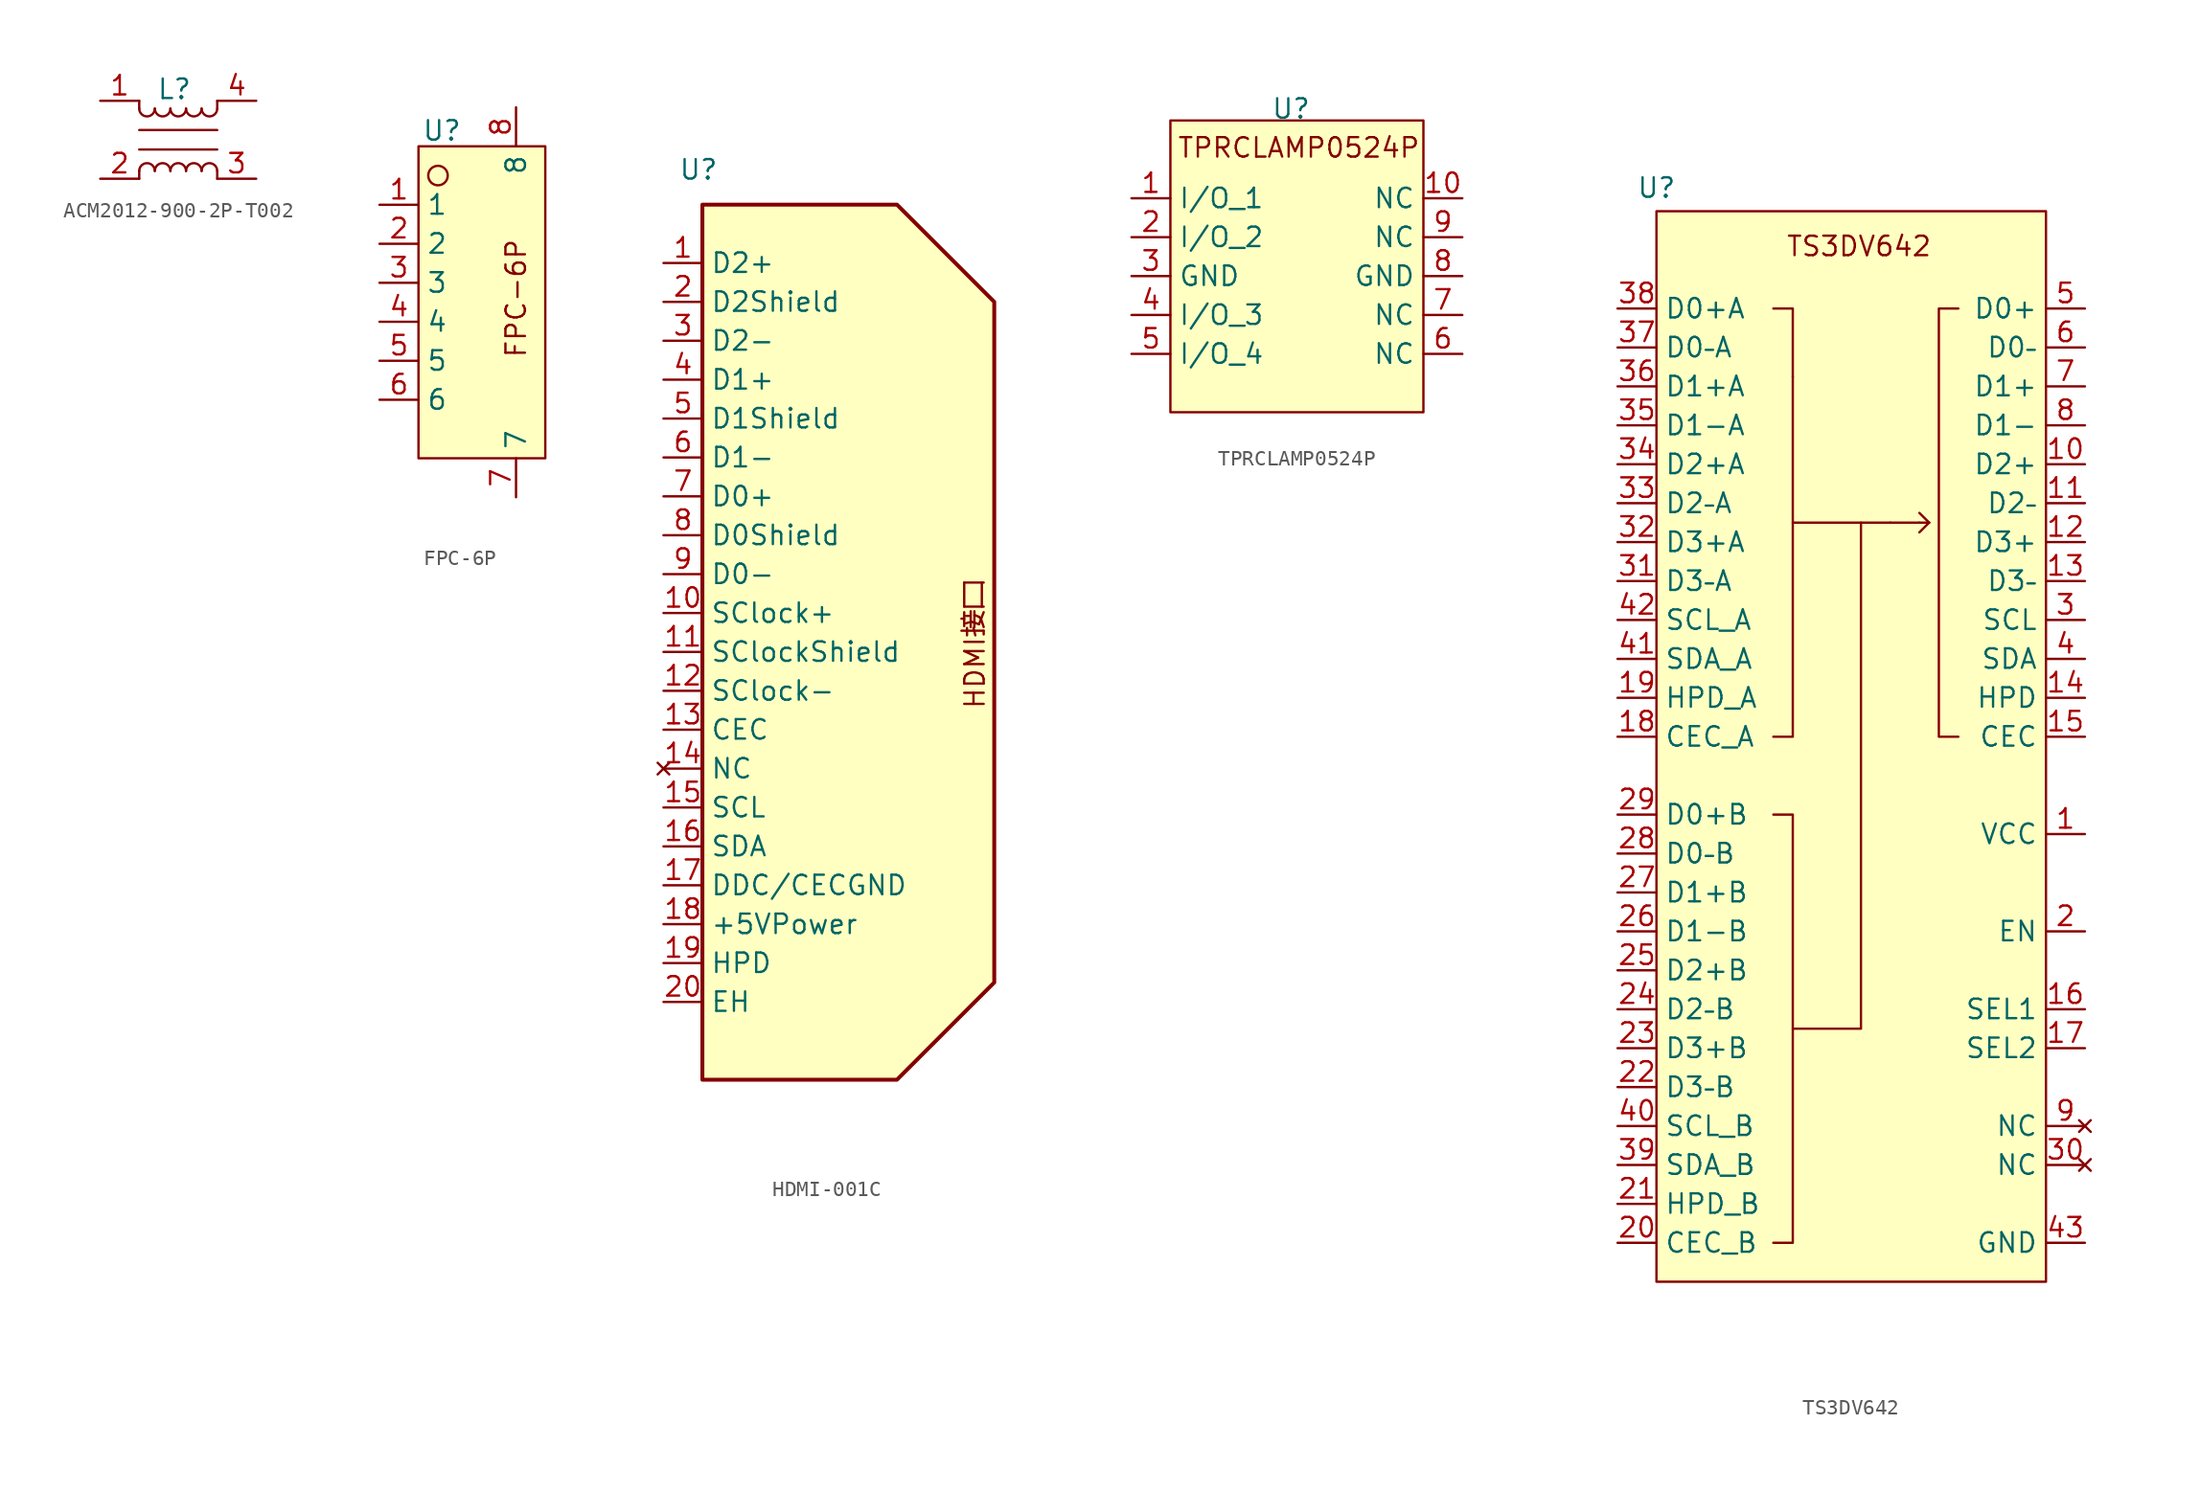
<source format=kicad_sym>
(kicad_symbol_lib
  (version 20231120)
  (generator "kicad_symbol_editor")
  (generator_version "8.0")
  (symbol "ACM2012-900-2P-T002"
    (property "Reference" "L"
      (at 2.286 0.762 0)
      (effects (font (size 1.27 1.27))))
    (property "Value" ""
      (at -1.27 1.27 0)
      (effects (font (size 1.27 1.27))))
    (symbol "ACM2012-900-2P-T002_0_1"
      (arc (start 0 -0.508) (mid 0.508 -1.0138) (end 1.016 -0.508) (stroke (width 0) (type default)) (fill (type none)))
      (polyline (pts (xy 0 -4.572) (xy 0 -5.08)) (stroke (width 0) (type default)) (fill (type none)))
      (polyline (pts (xy 0 -3.175) (xy 5.08 -3.175)) (stroke (width 0) (type default)) (fill (type none)))
      (polyline (pts (xy 0 -1.905) (xy 5.08 -1.905)) (stroke (width 0) (type default)) (fill (type none)))
      (polyline (pts (xy 0 -0.508) (xy 0 0)) (stroke (width 0) (type default)) (fill (type none)))
      (polyline (pts (xy 5.08 -4.572) (xy 5.08 -5.08)) (stroke (width 0) (type default)) (fill (type none)))
      (polyline (pts (xy 5.08 0) (xy 5.08 -0.508)) (stroke (width 0) (type default)) (fill (type none)))
      (arc (start 1.016 -4.572) (mid 0.508 -4.0662) (end 0 -4.572) (stroke (width 0) (type default)) (fill (type none)))
      (arc (start 1.016 -0.508) (mid 1.524 -1.0138) (end 2.032 -0.508) (stroke (width 0) (type default)) (fill (type none)))
      (arc (start 2.032 -4.572) (mid 1.524 -4.0662) (end 1.016 -4.572) (stroke (width 0) (type default)) (fill (type none)))
      (arc (start 2.032 -0.508) (mid 2.54 -1.0138) (end 3.048 -0.508) (stroke (width 0) (type default)) (fill (type none)))
      (arc (start 3.048 -4.572) (mid 2.54 -4.0662) (end 2.032 -4.572) (stroke (width 0) (type default)) (fill (type none)))
      (arc (start 3.048 -0.508) (mid 3.556 -1.0138) (end 4.064 -0.508) (stroke (width 0) (type default)) (fill (type none)))
      (arc (start 4.064 -4.572) (mid 3.556 -4.0662) (end 3.048 -4.572) (stroke (width 0) (type default)) (fill (type none)))
      (arc (start 4.064 -0.508) (mid 4.572 -1.0138) (end 5.08 -0.508) (stroke (width 0) (type default)) (fill (type none)))
      (arc (start 5.08 -4.572) (mid 4.572 -4.0662) (end 4.064 -4.572) (stroke (width 0) (type default)) (fill (type none))))
    (symbol "ACM2012-900-2P-T002_1_1"
      (pin passive line (at -2.54 0 0) (length 2.54) (name "" (effects (font (size 1.27 1.27)))) (number "1" (effects (font (size 1.27 1.27)))))
      (pin passive line (at -2.54 -5.08 0) (length 2.54) (name "" (effects (font (size 1.27 1.27)))) (number "2" (effects (font (size 1.27 1.27)))))
      (pin passive line (at 7.62 -5.08 180) (length 2.54) (name "" (effects (font (size 1.27 1.27)))) (number "3" (effects (font (size 1.27 1.27)))))
      (pin passive line (at 7.62 0 180) (length 2.54) (name "" (effects (font (size 1.27 1.27)))) (number "4" (effects (font (size 1.27 1.27)))))))
  (symbol "FPC-6P"
    (property "Reference" "U"
      (at 1.524 1.016 0)
      (effects (font (size 1.27 1.27))))
    (property "Value" ""
      (at 0 0 0)
      (effects (font (size 1.27 1.27))))
    (symbol "FPC-6P_0_1"
      (circle (center 1.27 -1.905) (radius 0.635) (stroke (width 0) (type default)) (fill (type none))))
    (symbol "FPC-6P_1_1"
      (rectangle (start 0 0) (end 8.255 -20.32) (stroke (width 0) (type default)) (fill (type background)))
      (text "FPC-6P" (at 6.35 -9.906 900) (effects (font (size 1.27 1.27))))
      (pin passive line (at -2.54 -3.81 0) (length 2.54) (name "1" (effects (font (size 1.27 1.27)))) (number "1" (effects (font (size 1.27 1.27)))))
      (pin passive line (at -2.54 -6.35 0) (length 2.54) (name "2" (effects (font (size 1.27 1.27)))) (number "2" (effects (font (size 1.27 1.27)))))
      (pin passive line (at -2.54 -8.89 0) (length 2.54) (name "3" (effects (font (size 1.27 1.27)))) (number "3" (effects (font (size 1.27 1.27)))))
      (pin passive line (at -2.54 -11.43 0) (length 2.54) (name "4" (effects (font (size 1.27 1.27)))) (number "4" (effects (font (size 1.27 1.27)))))
      (pin passive line (at -2.54 -13.97 0) (length 2.54) (name "5" (effects (font (size 1.27 1.27)))) (number "5" (effects (font (size 1.27 1.27)))))
      (pin passive line (at -2.54 -16.51 0) (length 2.54) (name "6" (effects (font (size 1.27 1.27)))) (number "6" (effects (font (size 1.27 1.27)))))
      (pin passive line (at 6.35 -22.86 90) (length 2.54) (name "7" (effects (font (size 1.27 1.27)))) (number "7" (effects (font (size 1.27 1.27)))))
      (pin passive line (at 6.35 2.54 270) (length 2.54) (name "8" (effects (font (size 1.27 1.27)))) (number "8" (effects (font (size 1.27 1.27)))))))
  (symbol "HDMI-001C"
    (property "Reference" "U"
      (at -0.254 2.286 0)
      (effects (font (size 1.27 1.27))))
    (property "Value" ""
      (at 0 -5.08 0)
      (effects (font (size 1.27 1.27))))
    (symbol "HDMI-001C_1_1"
      (polyline (pts (xy 0 0) (xy 12.7 0) (xy 19.05 -6.35) (xy 19.05 -50.8) (xy 12.7 -57.15) (xy 0 -57.15) (xy 0 0)) (stroke (width 0.254) (type default)) (fill (type background)))
      (text "HDMI接口" (at 17.78 -28.702 900) (effects (font (size 1.27 1.27))))
      (pin passive line (at -2.54 -3.81 0) (length 2.54) (name "D2+" (effects (font (size 1.27 1.27)))) (number "1" (effects (font (size 1.27 1.27)))))
      (pin passive line (at -2.54 -26.67 0) (length 2.54) (name "SClock+" (effects (font (size 1.27 1.27)))) (number "10" (effects (font (size 1.27 1.27)))))
      (pin passive line (at -2.54 -29.21 0) (length 2.54) (name "SClockShield" (effects (font (size 1.27 1.27)))) (number "11" (effects (font (size 1.27 1.27)))))
      (pin passive line (at -2.54 -31.75 0) (length 2.54) (name "SClock-" (effects (font (size 1.27 1.27)))) (number "12" (effects (font (size 1.27 1.27)))))
      (pin passive line (at -2.54 -34.29 0) (length 2.54) (name "CEC" (effects (font (size 1.27 1.27)))) (number "13" (effects (font (size 1.27 1.27)))))
      (pin no_connect line (at -2.54 -36.83 0) (length 2.54) (name "NC" (effects (font (size 1.27 1.27)))) (number "14" (effects (font (size 1.27 1.27)))))
      (pin passive line (at -2.54 -39.37 0) (length 2.54) (name "SCL" (effects (font (size 1.27 1.27)))) (number "15" (effects (font (size 1.27 1.27)))))
      (pin passive line (at -2.54 -41.91 0) (length 2.54) (name "SDA" (effects (font (size 1.27 1.27)))) (number "16" (effects (font (size 1.27 1.27)))))
      (pin power_in line (at -2.54 -44.45 0) (length 2.54) (name "DDC/CECGND" (effects (font (size 1.27 1.27)))) (number "17" (effects (font (size 1.27 1.27)))))
      (pin power_in line (at -2.54 -46.99 0) (length 2.54) (name "+5VPower" (effects (font (size 1.27 1.27)))) (number "18" (effects (font (size 1.27 1.27)))))
      (pin passive line (at -2.54 -49.53 0) (length 2.54) (name "HPD" (effects (font (size 1.27 1.27)))) (number "19" (effects (font (size 1.27 1.27)))))
      (pin passive line (at -2.54 -6.35 0) (length 2.54) (name "D2Shield" (effects (font (size 1.27 1.27)))) (number "2" (effects (font (size 1.27 1.27)))))
      (pin power_in line (at -2.54 -52.07 0) (length 2.54) (name "EH" (effects (font (size 1.27 1.27)))) (number "20" (effects (font (size 1.27 1.27)))))
      (pin passive line (at -2.54 -8.89 0) (length 2.54) (name "D2-" (effects (font (size 1.27 1.27)))) (number "3" (effects (font (size 1.27 1.27)))))
      (pin passive line (at -2.54 -11.43 0) (length 2.54) (name "D1+" (effects (font (size 1.27 1.27)))) (number "4" (effects (font (size 1.27 1.27)))))
      (pin passive line (at -2.54 -13.97 0) (length 2.54) (name "D1Shield" (effects (font (size 1.27 1.27)))) (number "5" (effects (font (size 1.27 1.27)))))
      (pin passive line (at -2.54 -16.51 0) (length 2.54) (name "D1-" (effects (font (size 1.27 1.27)))) (number "6" (effects (font (size 1.27 1.27)))))
      (pin passive line (at -2.54 -19.05 0) (length 2.54) (name "D0+" (effects (font (size 1.27 1.27)))) (number "7" (effects (font (size 1.27 1.27)))))
      (pin passive line (at -2.54 -21.59 0) (length 2.54) (name "D0Shield" (effects (font (size 1.27 1.27)))) (number "8" (effects (font (size 1.27 1.27)))))
      (pin passive line (at -2.54 -24.13 0) (length 2.54) (name "D0-" (effects (font (size 1.27 1.27)))) (number "9" (effects (font (size 1.27 1.27)))))))
  (symbol "TPRCLAMP0524P"
    (property "Reference" "U"
      (at 7.874 0.762 0)
      (effects (font (size 1.27 1.27))))
    (property "Value" ""
      (at 0 0 0)
      (effects (font (size 1.27 1.27))))
    (symbol "TPRCLAMP0524P_1_1"
      (rectangle (start 0 0) (end 16.51 -19.05) (stroke (width 0) (type default)) (fill (type background)))
      (text "TPRCLAMP0524P" (at 8.382 -1.778 0) (effects (font (size 1.27 1.27))))
      (pin passive line (at -2.54 -5.08 0) (length 2.54) (name "I/O_1" (effects (font (size 1.27 1.27)))) (number "1" (effects (font (size 1.27 1.27)))))
      (pin passive line (at 19.05 -5.08 180) (length 2.54) (name "NC" (effects (font (size 1.27 1.27)))) (number "10" (effects (font (size 1.27 1.27)))))
      (pin passive line (at -2.54 -7.62 0) (length 2.54) (name "I/O_2" (effects (font (size 1.27 1.27)))) (number "2" (effects (font (size 1.27 1.27)))))
      (pin power_in line (at -2.54 -10.16 0) (length 2.54) (name "GND" (effects (font (size 1.27 1.27)))) (number "3" (effects (font (size 1.27 1.27)))))
      (pin passive line (at -2.54 -12.7 0) (length 2.54) (name "I/O_3" (effects (font (size 1.27 1.27)))) (number "4" (effects (font (size 1.27 1.27)))))
      (pin passive line (at -2.54 -15.24 0) (length 2.54) (name "I/O_4" (effects (font (size 1.27 1.27)))) (number "5" (effects (font (size 1.27 1.27)))))
      (pin passive line (at 19.05 -15.24 180) (length 2.54) (name "NC" (effects (font (size 1.27 1.27)))) (number "6" (effects (font (size 1.27 1.27)))))
      (pin passive line (at 19.05 -12.7 180) (length 2.54) (name "NC" (effects (font (size 1.27 1.27)))) (number "7" (effects (font (size 1.27 1.27)))))
      (pin passive line (at 19.05 -10.16 180) (length 2.54) (name "GND" (effects (font (size 1.27 1.27)))) (number "8" (effects (font (size 1.27 1.27)))))
      (pin passive line (at 19.05 -7.62 180) (length 2.54) (name "NC" (effects (font (size 1.27 1.27)))) (number "9" (effects (font (size 1.27 1.27)))))))
  (symbol "TS3DV642"
    (property "Reference" "U"
      (at 0 1.524 0)
      (effects (font (size 1.27 1.27))))
    (property "Value" ""
      (at 0 0 0)
      (effects (font (size 1.27 1.27))))
    (symbol "TS3DV642_0_1"
      (polyline (pts (xy 8.89 -20.32) (xy 13.335 -20.32)) (stroke (width 0) (type default)) (fill (type none)))
      (polyline (pts (xy 15.24 -20.32) (xy 17.145 -20.32)) (stroke (width 0) (type default)) (fill (type none)))
      (polyline (pts (xy 17.145 -20.32) (xy 17.78 -20.32)) (stroke (width 0) (type default)) (fill (type none)))
      (polyline (pts (xy 17.78 -20.32) (xy 17.145 -20.955)) (stroke (width 0) (type default)) (fill (type none)))
      (polyline (pts (xy 17.78 -20.32) (xy 17.145 -19.685)) (stroke (width 0) (type default)) (fill (type none)))
      (polyline (pts (xy 8.89 -53.34) (xy 13.335 -53.34) (xy 13.335 -20.32) (xy 15.24 -20.32)) (stroke (width 0) (type default)) (fill (type none))))
    (symbol "TS3DV642_1_1"
      (polyline (pts (xy 7.62 -39.37) (xy 8.89 -39.37) (xy 8.89 -67.31) (xy 7.62 -67.31)) (stroke (width 0) (type default)) (fill (type none)))
      (polyline (pts (xy 7.62 -6.35) (xy 8.89 -6.35) (xy 8.89 -34.29) (xy 7.62 -34.29)) (stroke (width 0) (type default)) (fill (type none)))
      (polyline (pts (xy 19.685 -6.35) (xy 18.415 -6.35) (xy 18.415 -34.29) (xy 19.685 -34.29)) (stroke (width 0) (type default)) (fill (type none)))
      (rectangle (start 0 0) (end 25.4 -69.85) (stroke (width 0) (type default)) (fill (type background)))
      (rectangle (start 8.89 -10.795) (end 8.89 -10.795) (stroke (width 0) (type default)) (fill (type none)))
      (text "TS3DV642" (at 13.208 -2.286 0) (effects (font (size 1.27 1.27))))
      (pin power_in line (at 27.94 -40.64 180) (length 2.54) (name "VCC" (effects (font (size 1.27 1.27)))) (number "1" (effects (font (size 1.27 1.27)))))
      (pin passive line (at 27.94 -16.51 180) (length 2.54) (name "D2+" (effects (font (size 1.27 1.27)))) (number "10" (effects (font (size 1.27 1.27)))))
      (pin passive line (at 27.94 -19.05 180) (length 2.54) (name "D2–" (effects (font (size 1.27 1.27)))) (number "11" (effects (font (size 1.27 1.27)))))
      (pin passive line (at 27.94 -21.59 180) (length 2.54) (name "D3+" (effects (font (size 1.27 1.27)))) (number "12" (effects (font (size 1.27 1.27)))))
      (pin passive line (at 27.94 -24.13 180) (length 2.54) (name "D3–" (effects (font (size 1.27 1.27)))) (number "13" (effects (font (size 1.27 1.27)))))
      (pin passive line (at 27.94 -31.75 180) (length 2.54) (name "HPD" (effects (font (size 1.27 1.27)))) (number "14" (effects (font (size 1.27 1.27)))))
      (pin passive line (at 27.94 -34.29 180) (length 2.54) (name "CEC" (effects (font (size 1.27 1.27)))) (number "15" (effects (font (size 1.27 1.27)))))
      (pin passive line (at 27.94 -52.07 180) (length 2.54) (name "SEL1" (effects (font (size 1.27 1.27)))) (number "16" (effects (font (size 1.27 1.27)))))
      (pin passive line (at 27.94 -54.61 180) (length 2.54) (name "SEL2" (effects (font (size 1.27 1.27)))) (number "17" (effects (font (size 1.27 1.27)))))
      (pin passive line (at -2.54 -34.29 0) (length 2.54) (name "CEC_A" (effects (font (size 1.27 1.27)))) (number "18" (effects (font (size 1.27 1.27)))))
      (pin passive line (at -2.54 -31.75 0) (length 2.54) (name "HPD_A" (effects (font (size 1.27 1.27)))) (number "19" (effects (font (size 1.27 1.27)))))
      (pin passive line (at 27.94 -46.99 180) (length 2.54) (name "EN" (effects (font (size 1.27 1.27)))) (number "2" (effects (font (size 1.27 1.27)))))
      (pin passive line (at -2.54 -67.31 0) (length 2.54) (name "CEC_B" (effects (font (size 1.27 1.27)))) (number "20" (effects (font (size 1.27 1.27)))))
      (pin passive line (at -2.54 -64.77 0) (length 2.54) (name "HPD_B" (effects (font (size 1.27 1.27)))) (number "21" (effects (font (size 1.27 1.27)))))
      (pin passive line (at -2.54 -57.15 0) (length 2.54) (name "D3–B" (effects (font (size 1.27 1.27)))) (number "22" (effects (font (size 1.27 1.27)))))
      (pin passive line (at -2.54 -54.61 0) (length 2.54) (name "D3+B" (effects (font (size 1.27 1.27)))) (number "23" (effects (font (size 1.27 1.27)))))
      (pin passive line (at -2.54 -52.07 0) (length 2.54) (name "D2–B" (effects (font (size 1.27 1.27)))) (number "24" (effects (font (size 1.27 1.27)))))
      (pin passive line (at -2.54 -49.53 0) (length 2.54) (name "D2+B" (effects (font (size 1.27 1.27)))) (number "25" (effects (font (size 1.27 1.27)))))
      (pin passive line (at -2.54 -46.99 0) (length 2.54) (name "D1-B" (effects (font (size 1.27 1.27)))) (number "26" (effects (font (size 1.27 1.27)))))
      (pin passive line (at -2.54 -44.45 0) (length 2.54) (name "D1+B" (effects (font (size 1.27 1.27)))) (number "27" (effects (font (size 1.27 1.27)))))
      (pin passive line (at -2.54 -41.91 0) (length 2.54) (name "D0–B" (effects (font (size 1.27 1.27)))) (number "28" (effects (font (size 1.27 1.27)))))
      (pin passive line (at -2.54 -39.37 0) (length 2.54) (name "D0+B" (effects (font (size 1.27 1.27)))) (number "29" (effects (font (size 1.27 1.27)))))
      (pin passive line (at 27.94 -26.67 180) (length 2.54) (name "SCL" (effects (font (size 1.27 1.27)))) (number "3" (effects (font (size 1.27 1.27)))))
      (pin no_connect line (at 27.94 -62.23 180) (length 2.54) (name "NC" (effects (font (size 1.27 1.27)))) (number "30" (effects (font (size 1.27 1.27)))))
      (pin passive line (at -2.54 -24.13 0) (length 2.54) (name "D3–A" (effects (font (size 1.27 1.27)))) (number "31" (effects (font (size 1.27 1.27)))))
      (pin passive line (at -2.54 -21.59 0) (length 2.54) (name "D3+A" (effects (font (size 1.27 1.27)))) (number "32" (effects (font (size 1.27 1.27)))))
      (pin passive line (at -2.54 -19.05 0) (length 2.54) (name "D2–A" (effects (font (size 1.27 1.27)))) (number "33" (effects (font (size 1.27 1.27)))))
      (pin passive line (at -2.54 -16.51 0) (length 2.54) (name "D2+A" (effects (font (size 1.27 1.27)))) (number "34" (effects (font (size 1.27 1.27)))))
      (pin passive line (at -2.54 -13.97 0) (length 2.54) (name "D1-A" (effects (font (size 1.27 1.27)))) (number "35" (effects (font (size 1.27 1.27)))))
      (pin passive line (at -2.54 -11.43 0) (length 2.54) (name "D1+A" (effects (font (size 1.27 1.27)))) (number "36" (effects (font (size 1.27 1.27)))))
      (pin passive line (at -2.54 -8.89 0) (length 2.54) (name "D0–A" (effects (font (size 1.27 1.27)))) (number "37" (effects (font (size 1.27 1.27)))))
      (pin passive line (at -2.54 -6.35 0) (length 2.54) (name "D0+A" (effects (font (size 1.27 1.27)))) (number "38" (effects (font (size 1.27 1.27)))))
      (pin passive line (at -2.54 -62.23 0) (length 2.54) (name "SDA_B" (effects (font (size 1.27 1.27)))) (number "39" (effects (font (size 1.27 1.27)))))
      (pin passive line (at 27.94 -29.21 180) (length 2.54) (name "SDA" (effects (font (size 1.27 1.27)))) (number "4" (effects (font (size 1.27 1.27)))))
      (pin passive line (at -2.54 -59.69 0) (length 2.54) (name "SCL_B" (effects (font (size 1.27 1.27)))) (number "40" (effects (font (size 1.27 1.27)))))
      (pin passive line (at -2.54 -29.21 0) (length 2.54) (name "SDA_A" (effects (font (size 1.27 1.27)))) (number "41" (effects (font (size 1.27 1.27)))))
      (pin passive line (at -2.54 -26.67 0) (length 2.54) (name "SCL_A" (effects (font (size 1.27 1.27)))) (number "42" (effects (font (size 1.27 1.27)))))
      (pin power_in line (at 27.94 -67.31 180) (length 2.54) (name "GND" (effects (font (size 1.27 1.27)))) (number "43" (effects (font (size 1.27 1.27)))))
      (pin passive line (at 27.94 -6.35 180) (length 2.54) (name "D0+" (effects (font (size 1.27 1.27)))) (number "5" (effects (font (size 1.27 1.27)))))
      (pin passive line (at 27.94 -8.89 180) (length 2.54) (name "D0–" (effects (font (size 1.27 1.27)))) (number "6" (effects (font (size 1.27 1.27)))))
      (pin passive line (at 27.94 -11.43 180) (length 2.54) (name "D1+" (effects (font (size 1.27 1.27)))) (number "7" (effects (font (size 1.27 1.27)))))
      (pin passive line (at 27.94 -13.97 180) (length 2.54) (name "D1-" (effects (font (size 1.27 1.27)))) (number "8" (effects (font (size 1.27 1.27)))))
      (pin no_connect line (at 27.94 -59.69 180) (length 2.54) (name "NC" (effects (font (size 1.27 1.27)))) (number "9" (effects (font (size 1.27 1.27))))))))
</source>
